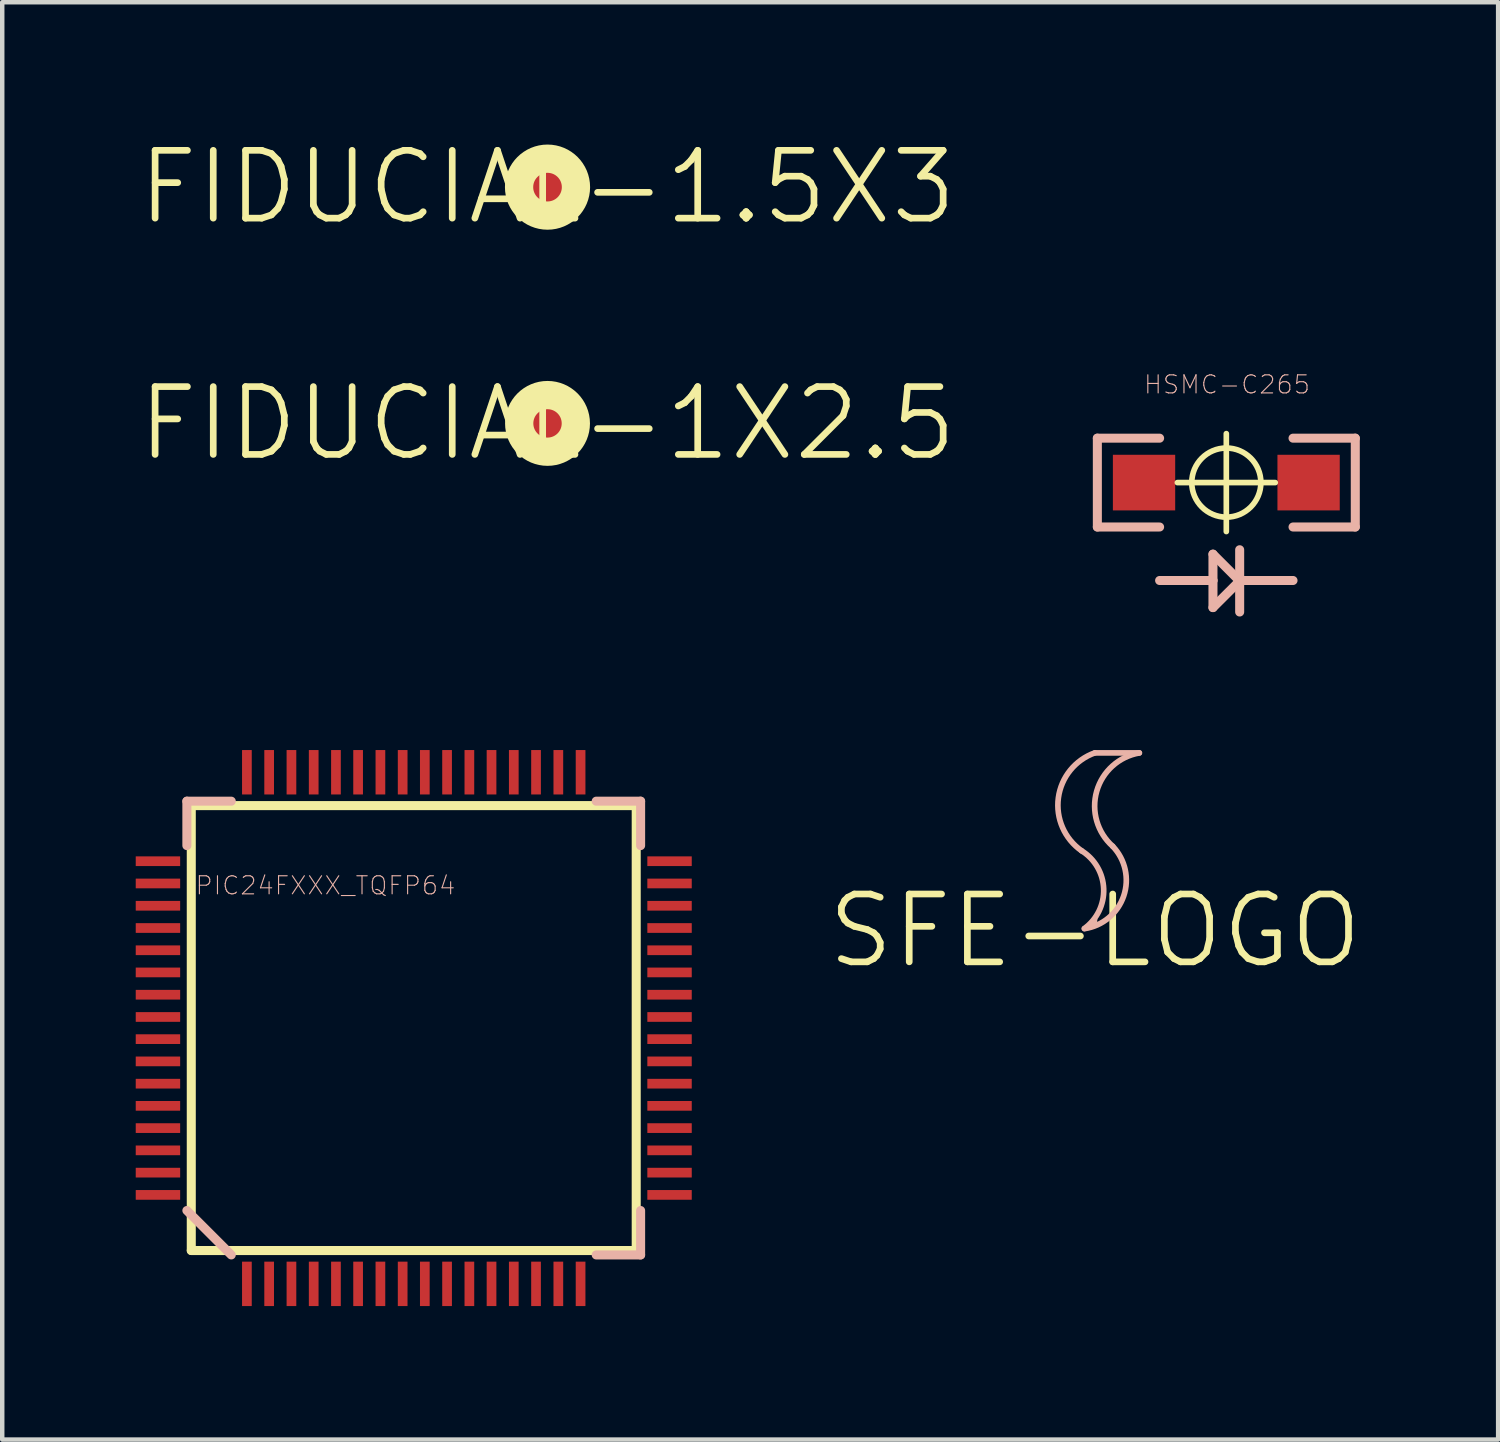
<source format=kicad_pcb>
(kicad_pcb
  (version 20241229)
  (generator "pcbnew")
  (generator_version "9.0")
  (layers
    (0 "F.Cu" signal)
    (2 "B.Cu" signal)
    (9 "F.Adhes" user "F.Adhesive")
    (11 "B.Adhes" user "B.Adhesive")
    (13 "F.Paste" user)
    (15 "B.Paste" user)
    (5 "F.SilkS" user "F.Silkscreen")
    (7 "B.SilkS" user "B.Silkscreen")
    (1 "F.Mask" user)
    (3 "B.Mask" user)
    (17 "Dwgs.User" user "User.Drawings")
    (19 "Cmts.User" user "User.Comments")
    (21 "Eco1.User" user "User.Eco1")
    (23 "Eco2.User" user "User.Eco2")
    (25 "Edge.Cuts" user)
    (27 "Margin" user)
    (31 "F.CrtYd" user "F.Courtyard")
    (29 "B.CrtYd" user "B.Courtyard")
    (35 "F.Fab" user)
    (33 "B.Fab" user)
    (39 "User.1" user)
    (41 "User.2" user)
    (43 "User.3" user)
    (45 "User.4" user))
  (footprint "PIC24FXXX_TQFP64"
    (layer "F.Cu")
    (at 6.247 20.051)
    (property "Reference" "PIC24FXXX_TQFP64" (at -1.984 -3.203 0) (layer "B.SilkS") (effects (font (size 0.406 0.406) (thickness 0.025))))
    (attr smd)
    (fp_line (start -4.999 -4.999) (end 4.999 -4.999) (stroke (width 0.203) (type solid)) (layer "F.SilkS"))
    (fp_line (start -4.999 4.999) (end -4.999 -4.999) (stroke (width 0.203) (type solid)) (layer "F.SilkS"))
    (fp_line (start 4.999 -4.999) (end 4.999 4.999) (stroke (width 0.203) (type solid)) (layer "F.SilkS"))
    (fp_line (start 4.999 4.999) (end -4.999 4.999) (stroke (width 0.203) (type solid)) (layer "F.SilkS"))
    (fp_line (start -5.098 -5.098) (end -4.1 -5.098) (stroke (width 0.203) (type solid)) (layer "B.SilkS"))
    (fp_line (start -5.098 -4.1) (end -5.098 -5.098) (stroke (width 0.203) (type solid)) (layer "B.SilkS"))
    (fp_line (start -5.098 4.1) (end -4.1 5.098) (stroke (width 0.203) (type solid)) (layer "B.SilkS"))
    (fp_line (start 4.1 -5.098) (end 5.098 -5.098) (stroke (width 0.203) (type solid)) (layer "B.SilkS"))
    (fp_line (start 4.1 5.098) (end 5.098 5.098) (stroke (width 0.203) (type solid)) (layer "B.SilkS"))
    (fp_line (start 5.098 -5.098) (end 5.098 -4.1) (stroke (width 0.203) (type solid)) (layer "B.SilkS"))
    (fp_line (start 5.098 5.098) (end 5.098 4.1) (stroke (width 0.203) (type solid)) (layer "B.SilkS"))
    (pad "1" smd rect (at -3.749 5.748) (size 0.218 0.998) (layers "F.Cu" "F.Mask" "F.Paste"))
    (pad "2" smd rect (at -3.249 5.748) (size 0.218 0.998) (layers "F.Cu" "F.Mask" "F.Paste"))
    (pad "3" smd rect (at -2.748 5.748) (size 0.218 0.998) (layers "F.Cu" "F.Mask" "F.Paste"))
    (pad "4" smd rect (at -2.248 5.748) (size 0.218 0.998) (layers "F.Cu" "F.Mask" "F.Paste"))
    (pad "5" smd rect (at -1.748 5.748) (size 0.218 0.998) (layers "F.Cu" "F.Mask" "F.Paste"))
    (pad "6" smd rect (at -1.25 5.748) (size 0.218 0.998) (layers "F.Cu" "F.Mask" "F.Paste"))
    (pad "7" smd rect (at -0.749 5.748) (size 0.218 0.998) (layers "F.Cu" "F.Mask" "F.Paste"))
    (pad "8" smd rect (at -0.249 5.748) (size 0.218 0.998) (layers "F.Cu" "F.Mask" "F.Paste"))
    (pad "9" smd rect (at 0.249 5.748) (size 0.218 0.998) (layers "F.Cu" "F.Mask" "F.Paste"))
    (pad "10" smd rect (at 0.749 5.748) (size 0.218 0.998) (layers "F.Cu" "F.Mask" "F.Paste"))
    (pad "11" smd rect (at 1.25 5.748) (size 0.218 0.998) (layers "F.Cu" "F.Mask" "F.Paste"))
    (pad "12" smd rect (at 1.748 5.748) (size 0.218 0.998) (layers "F.Cu" "F.Mask" "F.Paste"))
    (pad "13" smd rect (at 2.248 5.748) (size 0.218 0.998) (layers "F.Cu" "F.Mask" "F.Paste"))
    (pad "14" smd rect (at 2.748 5.748) (size 0.218 0.998) (layers "F.Cu" "F.Mask" "F.Paste"))
    (pad "15" smd rect (at 3.249 5.748) (size 0.218 0.998) (layers "F.Cu" "F.Mask" "F.Paste"))
    (pad "16" smd rect (at 3.749 5.748) (size 0.218 0.998) (layers "F.Cu" "F.Mask" "F.Paste"))
    (pad "17" smd rect (at 5.748 3.749 90) (size 0.218 0.998) (layers "F.Cu" "F.Mask" "F.Paste"))
    (pad "18" smd rect (at 5.748 3.249 90) (size 0.218 0.998) (layers "F.Cu" "F.Mask" "F.Paste"))
    (pad "19" smd rect (at 5.748 2.748 90) (size 0.218 0.998) (layers "F.Cu" "F.Mask" "F.Paste"))
    (pad "20" smd rect (at 5.748 2.248 90) (size 0.218 0.998) (layers "F.Cu" "F.Mask" "F.Paste"))
    (pad "21" smd rect (at 5.748 1.748 90) (size 0.218 0.998) (layers "F.Cu" "F.Mask" "F.Paste"))
    (pad "22" smd rect (at 5.748 1.25 90) (size 0.218 0.998) (layers "F.Cu" "F.Mask" "F.Paste"))
    (pad "23" smd rect (at 5.748 0.749 90) (size 0.218 0.998) (layers "F.Cu" "F.Mask" "F.Paste"))
    (pad "24" smd rect (at 5.748 0.249 90) (size 0.218 0.998) (layers "F.Cu" "F.Mask" "F.Paste"))
    (pad "25" smd rect (at 5.748 -0.249 90) (size 0.218 0.998) (layers "F.Cu" "F.Mask" "F.Paste"))
    (pad "26" smd rect (at 5.748 -0.749 90) (size 0.218 0.998) (layers "F.Cu" "F.Mask" "F.Paste"))
    (pad "27" smd rect (at 5.748 -1.25 90) (size 0.218 0.998) (layers "F.Cu" "F.Mask" "F.Paste"))
    (pad "28" smd rect (at 5.748 -1.748 90) (size 0.218 0.998) (layers "F.Cu" "F.Mask" "F.Paste"))
    (pad "29" smd rect (at 5.748 -2.248 90) (size 0.218 0.998) (layers "F.Cu" "F.Mask" "F.Paste"))
    (pad "30" smd rect (at 5.748 -2.748 90) (size 0.218 0.998) (layers "F.Cu" "F.Mask" "F.Paste"))
    (pad "31" smd rect (at 5.748 -3.249 90) (size 0.218 0.998) (layers "F.Cu" "F.Mask" "F.Paste"))
    (pad "32" smd rect (at 5.748 -3.749 90) (size 0.218 0.998) (layers "F.Cu" "F.Mask" "F.Paste"))
    (pad "33" smd rect (at 3.749 -5.748 180) (size 0.218 0.998) (layers "F.Cu" "F.Mask" "F.Paste"))
    (pad "34" smd rect (at 3.249 -5.748 180) (size 0.218 0.998) (layers "F.Cu" "F.Mask" "F.Paste"))
    (pad "35" smd rect (at 2.748 -5.748 180) (size 0.218 0.998) (layers "F.Cu" "F.Mask" "F.Paste"))
    (pad "36" smd rect (at 2.248 -5.748 180) (size 0.218 0.998) (layers "F.Cu" "F.Mask" "F.Paste"))
    (pad "37" smd rect (at 1.748 -5.748 180) (size 0.218 0.998) (layers "F.Cu" "F.Mask" "F.Paste"))
    (pad "38" smd rect (at 1.25 -5.748 180) (size 0.218 0.998) (layers "F.Cu" "F.Mask" "F.Paste"))
    (pad "39" smd rect (at 0.749 -5.748 180) (size 0.218 0.998) (layers "F.Cu" "F.Mask" "F.Paste"))
    (pad "40" smd rect (at 0.249 -5.748 180) (size 0.218 0.998) (layers "F.Cu" "F.Mask" "F.Paste"))
    (pad "41" smd rect (at -0.249 -5.748 180) (size 0.218 0.998) (layers "F.Cu" "F.Mask" "F.Paste"))
    (pad "42" smd rect (at -0.749 -5.748 180) (size 0.218 0.998) (layers "F.Cu" "F.Mask" "F.Paste"))
    (pad "43" smd rect (at -1.25 -5.748 180) (size 0.218 0.998) (layers "F.Cu" "F.Mask" "F.Paste"))
    (pad "44" smd rect (at -1.748 -5.748 180) (size 0.218 0.998) (layers "F.Cu" "F.Mask" "F.Paste"))
    (pad "45" smd rect (at -2.248 -5.748 180) (size 0.218 0.998) (layers "F.Cu" "F.Mask" "F.Paste"))
    (pad "46" smd rect (at -2.748 -5.748 180) (size 0.218 0.998) (layers "F.Cu" "F.Mask" "F.Paste"))
    (pad "47" smd rect (at -3.249 -5.748 180) (size 0.218 0.998) (layers "F.Cu" "F.Mask" "F.Paste"))
    (pad "48" smd rect (at -3.749 -5.748 180) (size 0.218 0.998) (layers "F.Cu" "F.Mask" "F.Paste"))
    (pad "49" smd rect (at -5.748 -3.749 270) (size 0.218 0.998) (layers "F.Cu" "F.Mask" "F.Paste"))
    (pad "50" smd rect (at -5.748 -3.249 270) (size 0.218 0.998) (layers "F.Cu" "F.Mask" "F.Paste"))
    (pad "51" smd rect (at -5.748 -2.748 270) (size 0.218 0.998) (layers "F.Cu" "F.Mask" "F.Paste"))
    (pad "52" smd rect (at -5.748 -2.248 270) (size 0.218 0.998) (layers "F.Cu" "F.Mask" "F.Paste"))
    (pad "53" smd rect (at -5.748 -1.748 270) (size 0.218 0.998) (layers "F.Cu" "F.Mask" "F.Paste"))
    (pad "54" smd rect (at -5.748 -1.25 270) (size 0.218 0.998) (layers "F.Cu" "F.Mask" "F.Paste"))
    (pad "55" smd rect (at -5.748 -0.749 270) (size 0.218 0.998) (layers "F.Cu" "F.Mask" "F.Paste"))
    (pad "56" smd rect (at -5.748 -0.249 270) (size 0.218 0.998) (layers "F.Cu" "F.Mask" "F.Paste"))
    (pad "57" smd rect (at -5.748 0.249 270) (size 0.218 0.998) (layers "F.Cu" "F.Mask" "F.Paste"))
    (pad "58" smd rect (at -5.748 0.749 270) (size 0.218 0.998) (layers "F.Cu" "F.Mask" "F.Paste"))
    (pad "59" smd rect (at -5.748 1.25 270) (size 0.218 0.998) (layers "F.Cu" "F.Mask" "F.Paste"))
    (pad "60" smd rect (at -5.748 1.748 270) (size 0.218 0.998) (layers "F.Cu" "F.Mask" "F.Paste"))
    (pad "61" smd rect (at -5.748 2.248 270) (size 0.218 0.998) (layers "F.Cu" "F.Mask" "F.Paste"))
    (pad "62" smd rect (at -5.748 2.748 270) (size 0.218 0.998) (layers "F.Cu" "F.Mask" "F.Paste"))
    (pad "63" smd rect (at -5.748 3.249 270) (size 0.218 0.998) (layers "F.Cu" "F.Mask" "F.Paste"))
    (pad "64" smd rect (at -5.748 3.749 270) (size 0.218 0.998) (layers "F.Cu" "F.Mask" "F.Paste")))
  (footprint "FIDUCIAL-1X2.5"
    (layer "F.Cu")
    (at 9.253 6.464)
    (property "Reference" "FIDUCIAL-1X2.5" (at 0 0 0) (layer "F.SilkS") (effects (font (size 1.524 1.524) (thickness 0.15))))
    (attr smd)
    (fp_circle (center 0 0) (end -0.45 0.45) (stroke (width 0.635) (type solid)) (fill no) (layer "F.SilkS"))
    (pad "1" smd circle (at 0 0) (size 0.998 0.998) (layers "F.Cu" "F.Mask" "F.Paste")))
  (footprint "SFE-LOGO"
    (layer "F.Cu")
    (at 21.554 17.866)
    (property "Reference" "SFE-LOGO" (at 0 0 0) (layer "F.SilkS") (effects (font (size 1.524 1.524) (thickness 0.15))))
    (attr exclude_from_pos_files exclude_from_bom)
    (fp_line (start -0.018 -0.259) (end 0.018 -0.259) (stroke (width 0.066) (type solid)) (layer "B.SilkS"))
    (fp_line (start -0.018 -0.168) (end -0.018 -0.259) (stroke (width 0.066) (type solid)) (layer "B.SilkS"))
    (fp_line (start -0.018 -0.168) (end 0.018 -0.168) (stroke (width 0.066) (type solid)) (layer "B.SilkS"))
    (fp_line (start 0 -3.998) (end 0.998 -3.998) (stroke (width 0.127) (type solid)) (layer "B.SilkS"))
    (fp_line (start 0.018 -0.168) (end 0.018 -0.259) (stroke (width 0.066) (type solid)) (layer "B.SilkS"))
    (fp_arc (start -0.29972 -1.79832) (mid 0.196369 -0.941206) (end -0.238355 -0.051395) (stroke (width 0.127) (type solid)) (layer "B.SilkS"))
    (fp_arc (start -0.29972 -1.79832) (mid -0.821568 -2.988956) (end -0.002894 -3.998764) (stroke (width 0.127) (type solid)) (layer "B.SilkS"))
    (fp_arc (start 0.39878 -1.89992) (mid 0.645522 -0.780942) (end -0.235653 -0.048465) (stroke (width 0.127) (type solid)) (layer "B.SilkS"))
    (fp_arc (start 0.39878 -1.89992) (mid 0.039706 -3.136542) (end 0.997531 -3.997203) (stroke (width 0.127) (type solid)) (layer "B.SilkS")))
  (footprint "FIDUCIAL-1.5X3"
    (layer "F.Cu")
    (at 9.253 1.155)
    (property "Reference" "FIDUCIAL-1.5X3" (at 0 0 0) (layer "F.SilkS") (effects (font (size 1.524 1.524) (thickness 0.15))))
    (attr smd)
    (fp_circle (center 0 0) (end -0.452 0.452) (stroke (width 0.635) (type solid)) (fill no) (layer "F.SilkS"))
    (pad "1" smd circle (at 0 0) (size 1.499 1.499) (layers "F.Cu" "F.Mask" "F.Paste")))
  (footprint "HSMC-C265"
    (layer "F.Cu")
    (at 24.506 7.794)
    (property "Reference" "HSMC-C265" (at 0.015 -2.202 0) (layer "B.SilkS") (effects (font (size 0.406 0.406) (thickness 0.025))))
    (attr smd)
    (fp_line (start -1.1 0) (end 1.1 0) (stroke (width 0.127) (type solid)) (layer "F.SilkS"))
    (fp_line (start 0 1.1) (end 0 -1.1) (stroke (width 0.127) (type solid)) (layer "F.SilkS"))
    (fp_circle (center 0 0) (end -0.549 0.549) (stroke (width 0.127) (type solid)) (fill no) (layer "F.SilkS"))
    (fp_line (start -2.898 -0.998) (end -2.898 0.998) (stroke (width 0.203) (type solid)) (layer "B.SilkS"))
    (fp_line (start -2.898 0.998) (end -1.499 0.998) (stroke (width 0.203) (type solid)) (layer "B.SilkS"))
    (fp_line (start -1.499 -0.998) (end -2.898 -0.998) (stroke (width 0.203) (type solid)) (layer "B.SilkS"))
    (fp_line (start -1.499 2.2) (end -0.3 2.2) (stroke (width 0.203) (type solid)) (layer "B.SilkS"))
    (fp_line (start -0.3 1.608) (end -0.3 2.2) (stroke (width 0.203) (type solid)) (layer "B.SilkS"))
    (fp_line (start -0.3 2.2) (end -0.3 2.809) (stroke (width 0.203) (type solid)) (layer "B.SilkS"))
    (fp_line (start -0.3 2.809) (end 0.3 2.21) (stroke (width 0.203) (type solid)) (layer "B.SilkS"))
    (fp_line (start 0.3 1.509) (end 0.3 2.2) (stroke (width 0.203) (type solid)) (layer "B.SilkS"))
    (fp_line (start 0.3 2.2) (end 0.3 2.21) (stroke (width 0.203) (type solid)) (layer "B.SilkS"))
    (fp_line (start 0.3 2.2) (end 1.499 2.2) (stroke (width 0.203) (type solid)) (layer "B.SilkS"))
    (fp_line (start 0.3 2.21) (end -0.3 1.608) (stroke (width 0.203) (type solid)) (layer "B.SilkS"))
    (fp_line (start 0.3 2.21) (end 0.3 2.908) (stroke (width 0.203) (type solid)) (layer "B.SilkS"))
    (fp_line (start 1.499 -0.998) (end 2.898 -0.998) (stroke (width 0.203) (type solid)) (layer "B.SilkS"))
    (fp_line (start 2.898 -0.998) (end 2.898 0.998) (stroke (width 0.203) (type solid)) (layer "B.SilkS"))
    (fp_line (start 2.898 0.998) (end 1.499 0.998) (stroke (width 0.203) (type solid)) (layer "B.SilkS"))
    (pad "A" smd rect (at -1.849 0) (size 1.4 1.25) (layers "F.Cu" "F.Mask" "F.Paste"))
    (pad "C" smd rect (at 1.849 0) (size 1.4 1.25) (layers "F.Cu" "F.Mask" "F.Paste")))
  (gr_rect
    (start -3 -3)
    (end 30.614 29.298)
    (stroke (width 0.1) (type default))
    (fill no)
    (layer "Edge.Cuts")))
</source>
